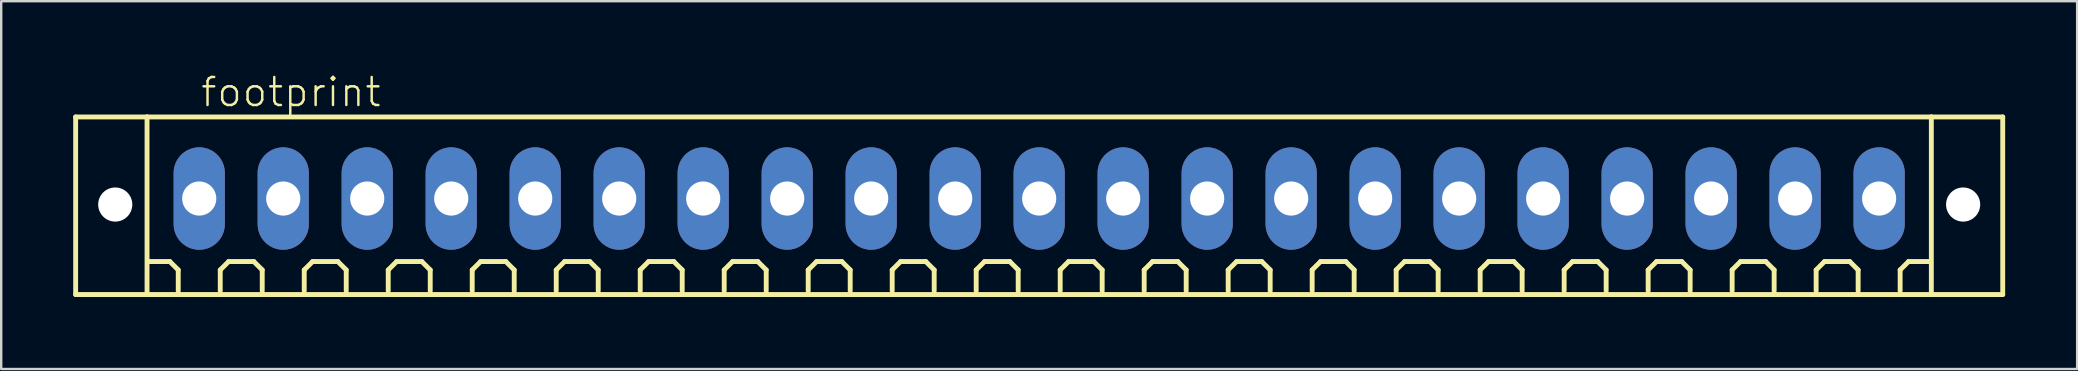
<source format=kicad_pcb>
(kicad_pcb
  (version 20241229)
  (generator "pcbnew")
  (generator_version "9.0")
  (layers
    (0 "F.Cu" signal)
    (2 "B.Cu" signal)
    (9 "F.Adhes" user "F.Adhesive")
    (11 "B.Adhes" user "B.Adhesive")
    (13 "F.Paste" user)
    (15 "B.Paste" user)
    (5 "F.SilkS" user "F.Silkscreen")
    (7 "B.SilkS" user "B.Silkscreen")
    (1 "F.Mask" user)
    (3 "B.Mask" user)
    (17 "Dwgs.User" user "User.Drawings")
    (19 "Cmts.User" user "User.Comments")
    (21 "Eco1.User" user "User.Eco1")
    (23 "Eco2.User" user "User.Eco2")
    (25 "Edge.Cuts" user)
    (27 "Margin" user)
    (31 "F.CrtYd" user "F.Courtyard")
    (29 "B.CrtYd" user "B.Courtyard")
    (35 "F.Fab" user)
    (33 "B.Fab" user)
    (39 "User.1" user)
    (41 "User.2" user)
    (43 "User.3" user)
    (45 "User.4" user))
  (footprint "footprint"
    (layer "F.Cu")
    (at 40.252 5.223)
    (property "Reference" "footprint" (at -35 -3.75 0) (layer "F.SilkS") (effects (font (size 1.168 1.168) (thickness 0.102)) (justify left bottom)))
    (fp_line (start -40.15 -3.4) (end -37.175 -3.4) (stroke (width 0.203) (type solid)) (layer "F.SilkS"))
    (fp_line (start -40.15 4) (end -40.15 -3.4) (stroke (width 0.203) (type solid)) (layer "F.SilkS"))
    (fp_line (start -37.175 -3.4) (end 37.175 -3.4) (stroke (width 0.203) (type solid)) (layer "F.SilkS"))
    (fp_line (start -37.175 4) (end -40.15 4) (stroke (width 0.203) (type solid)) (layer "F.SilkS"))
    (fp_line (start -37.175 4) (end -37.175 -3.4) (stroke (width 0.203) (type solid)) (layer "F.SilkS"))
    (fp_line (start -36.225 2.625) (end -37.1 2.625) (stroke (width 0.203) (type solid)) (layer "F.SilkS"))
    (fp_line (start -35.875 2.975) (end -36.225 2.625) (stroke (width 0.203) (type solid)) (layer "F.SilkS"))
    (fp_line (start -35.875 3.85) (end -35.875 2.975) (stroke (width 0.203) (type solid)) (layer "F.SilkS"))
    (fp_line (start -34.125 2.975) (end -33.775 2.625) (stroke (width 0.203) (type solid)) (layer "F.SilkS"))
    (fp_line (start -34.125 3.85) (end -34.125 2.975) (stroke (width 0.203) (type solid)) (layer "F.SilkS"))
    (fp_line (start -33.775 2.625) (end -32.725 2.625) (stroke (width 0.203) (type solid)) (layer "F.SilkS"))
    (fp_line (start -32.725 2.625) (end -32.375 2.975) (stroke (width 0.203) (type solid)) (layer "F.SilkS"))
    (fp_line (start -32.375 2.975) (end -32.375 3.85) (stroke (width 0.203) (type solid)) (layer "F.SilkS"))
    (fp_line (start -30.625 2.975) (end -30.275 2.625) (stroke (width 0.203) (type solid)) (layer "F.SilkS"))
    (fp_line (start -30.625 3.85) (end -30.625 2.975) (stroke (width 0.203) (type solid)) (layer "F.SilkS"))
    (fp_line (start -30.275 2.625) (end -29.225 2.625) (stroke (width 0.203) (type solid)) (layer "F.SilkS"))
    (fp_line (start -29.225 2.625) (end -28.875 2.975) (stroke (width 0.203) (type solid)) (layer "F.SilkS"))
    (fp_line (start -28.875 2.975) (end -28.875 3.85) (stroke (width 0.203) (type solid)) (layer "F.SilkS"))
    (fp_line (start -27.125 2.975) (end -26.775 2.625) (stroke (width 0.203) (type solid)) (layer "F.SilkS"))
    (fp_line (start -27.125 3.85) (end -27.125 2.975) (stroke (width 0.203) (type solid)) (layer "F.SilkS"))
    (fp_line (start -26.775 2.625) (end -25.725 2.625) (stroke (width 0.203) (type solid)) (layer "F.SilkS"))
    (fp_line (start -25.725 2.625) (end -25.375 2.975) (stroke (width 0.203) (type solid)) (layer "F.SilkS"))
    (fp_line (start -25.375 2.975) (end -25.375 3.85) (stroke (width 0.203) (type solid)) (layer "F.SilkS"))
    (fp_line (start -23.625 2.975) (end -23.275 2.625) (stroke (width 0.203) (type solid)) (layer "F.SilkS"))
    (fp_line (start -23.625 3.85) (end -23.625 2.975) (stroke (width 0.203) (type solid)) (layer "F.SilkS"))
    (fp_line (start -23.275 2.625) (end -22.225 2.625) (stroke (width 0.203) (type solid)) (layer "F.SilkS"))
    (fp_line (start -22.225 2.625) (end -21.875 2.975) (stroke (width 0.203) (type solid)) (layer "F.SilkS"))
    (fp_line (start -21.875 2.975) (end -21.875 3.85) (stroke (width 0.203) (type solid)) (layer "F.SilkS"))
    (fp_line (start -20.125 2.975) (end -19.775 2.625) (stroke (width 0.203) (type solid)) (layer "F.SilkS"))
    (fp_line (start -20.125 3.85) (end -20.125 2.975) (stroke (width 0.203) (type solid)) (layer "F.SilkS"))
    (fp_line (start -19.775 2.625) (end -18.725 2.625) (stroke (width 0.203) (type solid)) (layer "F.SilkS"))
    (fp_line (start -18.725 2.625) (end -18.375 2.975) (stroke (width 0.203) (type solid)) (layer "F.SilkS"))
    (fp_line (start -18.375 2.975) (end -18.375 3.85) (stroke (width 0.203) (type solid)) (layer "F.SilkS"))
    (fp_line (start -16.625 2.975) (end -16.275 2.625) (stroke (width 0.203) (type solid)) (layer "F.SilkS"))
    (fp_line (start -16.625 3.85) (end -16.625 2.975) (stroke (width 0.203) (type solid)) (layer "F.SilkS"))
    (fp_line (start -16.275 2.625) (end -15.225 2.625) (stroke (width 0.203) (type solid)) (layer "F.SilkS"))
    (fp_line (start -15.225 2.625) (end -14.875 2.975) (stroke (width 0.203) (type solid)) (layer "F.SilkS"))
    (fp_line (start -14.875 2.975) (end -14.875 3.85) (stroke (width 0.203) (type solid)) (layer "F.SilkS"))
    (fp_line (start -13.125 2.975) (end -12.775 2.625) (stroke (width 0.203) (type solid)) (layer "F.SilkS"))
    (fp_line (start -13.125 3.85) (end -13.125 2.975) (stroke (width 0.203) (type solid)) (layer "F.SilkS"))
    (fp_line (start -12.775 2.625) (end -11.725 2.625) (stroke (width 0.203) (type solid)) (layer "F.SilkS"))
    (fp_line (start -11.725 2.625) (end -11.375 2.975) (stroke (width 0.203) (type solid)) (layer "F.SilkS"))
    (fp_line (start -11.375 2.975) (end -11.375 3.85) (stroke (width 0.203) (type solid)) (layer "F.SilkS"))
    (fp_line (start -9.625 2.975) (end -9.275 2.625) (stroke (width 0.203) (type solid)) (layer "F.SilkS"))
    (fp_line (start -9.625 3.85) (end -9.625 2.975) (stroke (width 0.203) (type solid)) (layer "F.SilkS"))
    (fp_line (start -9.275 2.625) (end -8.225 2.625) (stroke (width 0.203) (type solid)) (layer "F.SilkS"))
    (fp_line (start -8.225 2.625) (end -7.875 2.975) (stroke (width 0.203) (type solid)) (layer "F.SilkS"))
    (fp_line (start -7.875 2.975) (end -7.875 3.85) (stroke (width 0.203) (type solid)) (layer "F.SilkS"))
    (fp_line (start -6.125 2.975) (end -5.775 2.625) (stroke (width 0.203) (type solid)) (layer "F.SilkS"))
    (fp_line (start -6.125 3.85) (end -6.125 2.975) (stroke (width 0.203) (type solid)) (layer "F.SilkS"))
    (fp_line (start -5.775 2.625) (end -4.725 2.625) (stroke (width 0.203) (type solid)) (layer "F.SilkS"))
    (fp_line (start -4.725 2.625) (end -4.375 2.975) (stroke (width 0.203) (type solid)) (layer "F.SilkS"))
    (fp_line (start -4.375 2.975) (end -4.375 3.85) (stroke (width 0.203) (type solid)) (layer "F.SilkS"))
    (fp_line (start -2.625 2.975) (end -2.275 2.625) (stroke (width 0.203) (type solid)) (layer "F.SilkS"))
    (fp_line (start -2.625 3.85) (end -2.625 2.975) (stroke (width 0.203) (type solid)) (layer "F.SilkS"))
    (fp_line (start -2.275 2.625) (end -1.225 2.625) (stroke (width 0.203) (type solid)) (layer "F.SilkS"))
    (fp_line (start -1.225 2.625) (end -0.875 2.975) (stroke (width 0.203) (type solid)) (layer "F.SilkS"))
    (fp_line (start -0.875 2.975) (end -0.875 3.85) (stroke (width 0.203) (type solid)) (layer "F.SilkS"))
    (fp_line (start 0.875 2.975) (end 1.225 2.625) (stroke (width 0.203) (type solid)) (layer "F.SilkS"))
    (fp_line (start 0.875 3.85) (end 0.875 2.975) (stroke (width 0.203) (type solid)) (layer "F.SilkS"))
    (fp_line (start 1.225 2.625) (end 2.275 2.625) (stroke (width 0.203) (type solid)) (layer "F.SilkS"))
    (fp_line (start 2.275 2.625) (end 2.625 2.975) (stroke (width 0.203) (type solid)) (layer "F.SilkS"))
    (fp_line (start 2.625 2.975) (end 2.625 3.85) (stroke (width 0.203) (type solid)) (layer "F.SilkS"))
    (fp_line (start 4.375 2.975) (end 4.725 2.625) (stroke (width 0.203) (type solid)) (layer "F.SilkS"))
    (fp_line (start 4.375 3.85) (end 4.375 2.975) (stroke (width 0.203) (type solid)) (layer "F.SilkS"))
    (fp_line (start 4.725 2.625) (end 5.775 2.625) (stroke (width 0.203) (type solid)) (layer "F.SilkS"))
    (fp_line (start 5.775 2.625) (end 6.125 2.975) (stroke (width 0.203) (type solid)) (layer "F.SilkS"))
    (fp_line (start 6.125 2.975) (end 6.125 3.85) (stroke (width 0.203) (type solid)) (layer "F.SilkS"))
    (fp_line (start 7.875 2.975) (end 8.225 2.625) (stroke (width 0.203) (type solid)) (layer "F.SilkS"))
    (fp_line (start 7.875 3.85) (end 7.875 2.975) (stroke (width 0.203) (type solid)) (layer "F.SilkS"))
    (fp_line (start 8.225 2.625) (end 9.275 2.625) (stroke (width 0.203) (type solid)) (layer "F.SilkS"))
    (fp_line (start 9.275 2.625) (end 9.625 2.975) (stroke (width 0.203) (type solid)) (layer "F.SilkS"))
    (fp_line (start 9.625 2.975) (end 9.625 3.85) (stroke (width 0.203) (type solid)) (layer "F.SilkS"))
    (fp_line (start 11.375 2.975) (end 11.725 2.625) (stroke (width 0.203) (type solid)) (layer "F.SilkS"))
    (fp_line (start 11.375 3.85) (end 11.375 2.975) (stroke (width 0.203) (type solid)) (layer "F.SilkS"))
    (fp_line (start 11.725 2.625) (end 12.775 2.625) (stroke (width 0.203) (type solid)) (layer "F.SilkS"))
    (fp_line (start 12.775 2.625) (end 13.125 2.975) (stroke (width 0.203) (type solid)) (layer "F.SilkS"))
    (fp_line (start 13.125 2.975) (end 13.125 3.85) (stroke (width 0.203) (type solid)) (layer "F.SilkS"))
    (fp_line (start 14.875 2.975) (end 15.225 2.625) (stroke (width 0.203) (type solid)) (layer "F.SilkS"))
    (fp_line (start 14.875 3.85) (end 14.875 2.975) (stroke (width 0.203) (type solid)) (layer "F.SilkS"))
    (fp_line (start 15.225 2.625) (end 16.275 2.625) (stroke (width 0.203) (type solid)) (layer "F.SilkS"))
    (fp_line (start 16.275 2.625) (end 16.625 2.975) (stroke (width 0.203) (type solid)) (layer "F.SilkS"))
    (fp_line (start 16.625 2.975) (end 16.625 3.85) (stroke (width 0.203) (type solid)) (layer "F.SilkS"))
    (fp_line (start 18.375 2.975) (end 18.725 2.625) (stroke (width 0.203) (type solid)) (layer "F.SilkS"))
    (fp_line (start 18.375 3.85) (end 18.375 2.975) (stroke (width 0.203) (type solid)) (layer "F.SilkS"))
    (fp_line (start 18.725 2.625) (end 19.775 2.625) (stroke (width 0.203) (type solid)) (layer "F.SilkS"))
    (fp_line (start 19.775 2.625) (end 20.125 2.975) (stroke (width 0.203) (type solid)) (layer "F.SilkS"))
    (fp_line (start 20.125 2.975) (end 20.125 3.85) (stroke (width 0.203) (type solid)) (layer "F.SilkS"))
    (fp_line (start 21.875 2.975) (end 22.225 2.625) (stroke (width 0.203) (type solid)) (layer "F.SilkS"))
    (fp_line (start 21.875 3.85) (end 21.875 2.975) (stroke (width 0.203) (type solid)) (layer "F.SilkS"))
    (fp_line (start 22.225 2.625) (end 23.275 2.625) (stroke (width 0.203) (type solid)) (layer "F.SilkS"))
    (fp_line (start 23.275 2.625) (end 23.625 2.975) (stroke (width 0.203) (type solid)) (layer "F.SilkS"))
    (fp_line (start 23.625 2.975) (end 23.625 3.85) (stroke (width 0.203) (type solid)) (layer "F.SilkS"))
    (fp_line (start 25.375 2.975) (end 25.725 2.625) (stroke (width 0.203) (type solid)) (layer "F.SilkS"))
    (fp_line (start 25.375 3.85) (end 25.375 2.975) (stroke (width 0.203) (type solid)) (layer "F.SilkS"))
    (fp_line (start 25.725 2.625) (end 26.775 2.625) (stroke (width 0.203) (type solid)) (layer "F.SilkS"))
    (fp_line (start 26.775 2.625) (end 27.125 2.975) (stroke (width 0.203) (type solid)) (layer "F.SilkS"))
    (fp_line (start 27.125 2.975) (end 27.125 3.85) (stroke (width 0.203) (type solid)) (layer "F.SilkS"))
    (fp_line (start 28.875 2.975) (end 29.225 2.625) (stroke (width 0.203) (type solid)) (layer "F.SilkS"))
    (fp_line (start 28.875 3.85) (end 28.875 2.975) (stroke (width 0.203) (type solid)) (layer "F.SilkS"))
    (fp_line (start 29.225 2.625) (end 30.275 2.625) (stroke (width 0.203) (type solid)) (layer "F.SilkS"))
    (fp_line (start 30.275 2.625) (end 30.625 2.975) (stroke (width 0.203) (type solid)) (layer "F.SilkS"))
    (fp_line (start 30.625 2.975) (end 30.625 3.85) (stroke (width 0.203) (type solid)) (layer "F.SilkS"))
    (fp_line (start 32.375 2.975) (end 32.725 2.625) (stroke (width 0.203) (type solid)) (layer "F.SilkS"))
    (fp_line (start 32.375 3.85) (end 32.375 2.975) (stroke (width 0.203) (type solid)) (layer "F.SilkS"))
    (fp_line (start 32.725 2.625) (end 33.775 2.625) (stroke (width 0.203) (type solid)) (layer "F.SilkS"))
    (fp_line (start 33.775 2.625) (end 34.125 2.975) (stroke (width 0.203) (type solid)) (layer "F.SilkS"))
    (fp_line (start 34.125 2.975) (end 34.125 3.85) (stroke (width 0.203) (type solid)) (layer "F.SilkS"))
    (fp_line (start 35.875 2.975) (end 36.225 2.625) (stroke (width 0.203) (type solid)) (layer "F.SilkS"))
    (fp_line (start 35.875 3.85) (end 35.875 2.975) (stroke (width 0.203) (type solid)) (layer "F.SilkS"))
    (fp_line (start 36.225 2.625) (end 37.1 2.625) (stroke (width 0.203) (type solid)) (layer "F.SilkS"))
    (fp_line (start 37.175 -3.4) (end 37.175 4) (stroke (width 0.203) (type solid)) (layer "F.SilkS"))
    (fp_line (start 37.175 -3.4) (end 40.15 -3.4) (stroke (width 0.203) (type solid)) (layer "F.SilkS"))
    (fp_line (start 37.175 4) (end -37.175 4) (stroke (width 0.203) (type solid)) (layer "F.SilkS"))
    (fp_line (start 40.15 -3.4) (end 40.15 4) (stroke (width 0.203) (type solid)) (layer "F.SilkS"))
    (fp_line (start 40.15 4) (end 37.175 4) (stroke (width 0.203) (type solid)) (layer "F.SilkS"))
    (pad "" np_thru_hole circle (at -38.5 0.25) (size 1.422 1.422) (drill 1.422) (layers "*.Cu" "*.Mask"))
    (pad "" np_thru_hole circle (at 38.5 0.25) (size 1.422 1.422) (drill 1.422) (layers "*.Cu" "*.Mask"))
    (pad "1" thru_hole oval (at -35 0 90) (size 4.267 2.134) (drill 1.422) (layers "*.Cu" "*.Mask"))
    (pad "2" thru_hole oval (at -31.5 0 90) (size 4.267 2.134) (drill 1.422) (layers "*.Cu" "*.Mask"))
    (pad "3" thru_hole oval (at -28 0 90) (size 4.267 2.134) (drill 1.422) (layers "*.Cu" "*.Mask"))
    (pad "4" thru_hole oval (at -24.5 0 90) (size 4.267 2.134) (drill 1.422) (layers "*.Cu" "*.Mask"))
    (pad "5" thru_hole oval (at -21 0 90) (size 4.267 2.134) (drill 1.422) (layers "*.Cu" "*.Mask"))
    (pad "6" thru_hole oval (at -17.5 0 90) (size 4.267 2.134) (drill 1.422) (layers "*.Cu" "*.Mask"))
    (pad "7" thru_hole oval (at -14 0 90) (size 4.267 2.134) (drill 1.422) (layers "*.Cu" "*.Mask"))
    (pad "8" thru_hole oval (at -10.5 0 90) (size 4.267 2.134) (drill 1.422) (layers "*.Cu" "*.Mask"))
    (pad "9" thru_hole oval (at -7 0 90) (size 4.267 2.134) (drill 1.422) (layers "*.Cu" "*.Mask"))
    (pad "10" thru_hole oval (at -3.5 0 90) (size 4.267 2.134) (drill 1.422) (layers "*.Cu" "*.Mask"))
    (pad "11" thru_hole oval (at 0 0 90) (size 4.267 2.134) (drill 1.422) (layers "*.Cu" "*.Mask"))
    (pad "12" thru_hole oval (at 3.5 0 90) (size 4.267 2.134) (drill 1.422) (layers "*.Cu" "*.Mask"))
    (pad "13" thru_hole oval (at 7 0 90) (size 4.267 2.134) (drill 1.422) (layers "*.Cu" "*.Mask"))
    (pad "14" thru_hole oval (at 10.5 0 90) (size 4.267 2.134) (drill 1.422) (layers "*.Cu" "*.Mask"))
    (pad "15" thru_hole oval (at 14 0 90) (size 4.267 2.134) (drill 1.422) (layers "*.Cu" "*.Mask"))
    (pad "16" thru_hole oval (at 17.5 0 90) (size 4.267 2.134) (drill 1.422) (layers "*.Cu" "*.Mask"))
    (pad "17" thru_hole oval (at 21 0 90) (size 4.267 2.134) (drill 1.422) (layers "*.Cu" "*.Mask"))
    (pad "18" thru_hole oval (at 24.5 0 90) (size 4.267 2.134) (drill 1.422) (layers "*.Cu" "*.Mask"))
    (pad "19" thru_hole oval (at 28 0 90) (size 4.267 2.134) (drill 1.422) (layers "*.Cu" "*.Mask"))
    (pad "20" thru_hole oval (at 31.5 0 90) (size 4.267 2.134) (drill 1.422) (layers "*.Cu" "*.Mask"))
    (pad "21" thru_hole oval (at 35 0 90) (size 4.267 2.134) (drill 1.422) (layers "*.Cu" "*.Mask")))
  (gr_rect
    (start -3 -3)
    (end 83.503 12.325)
    (stroke (width 0.1) (type default))
    (fill no)
    (layer "Edge.Cuts")))
</source>
